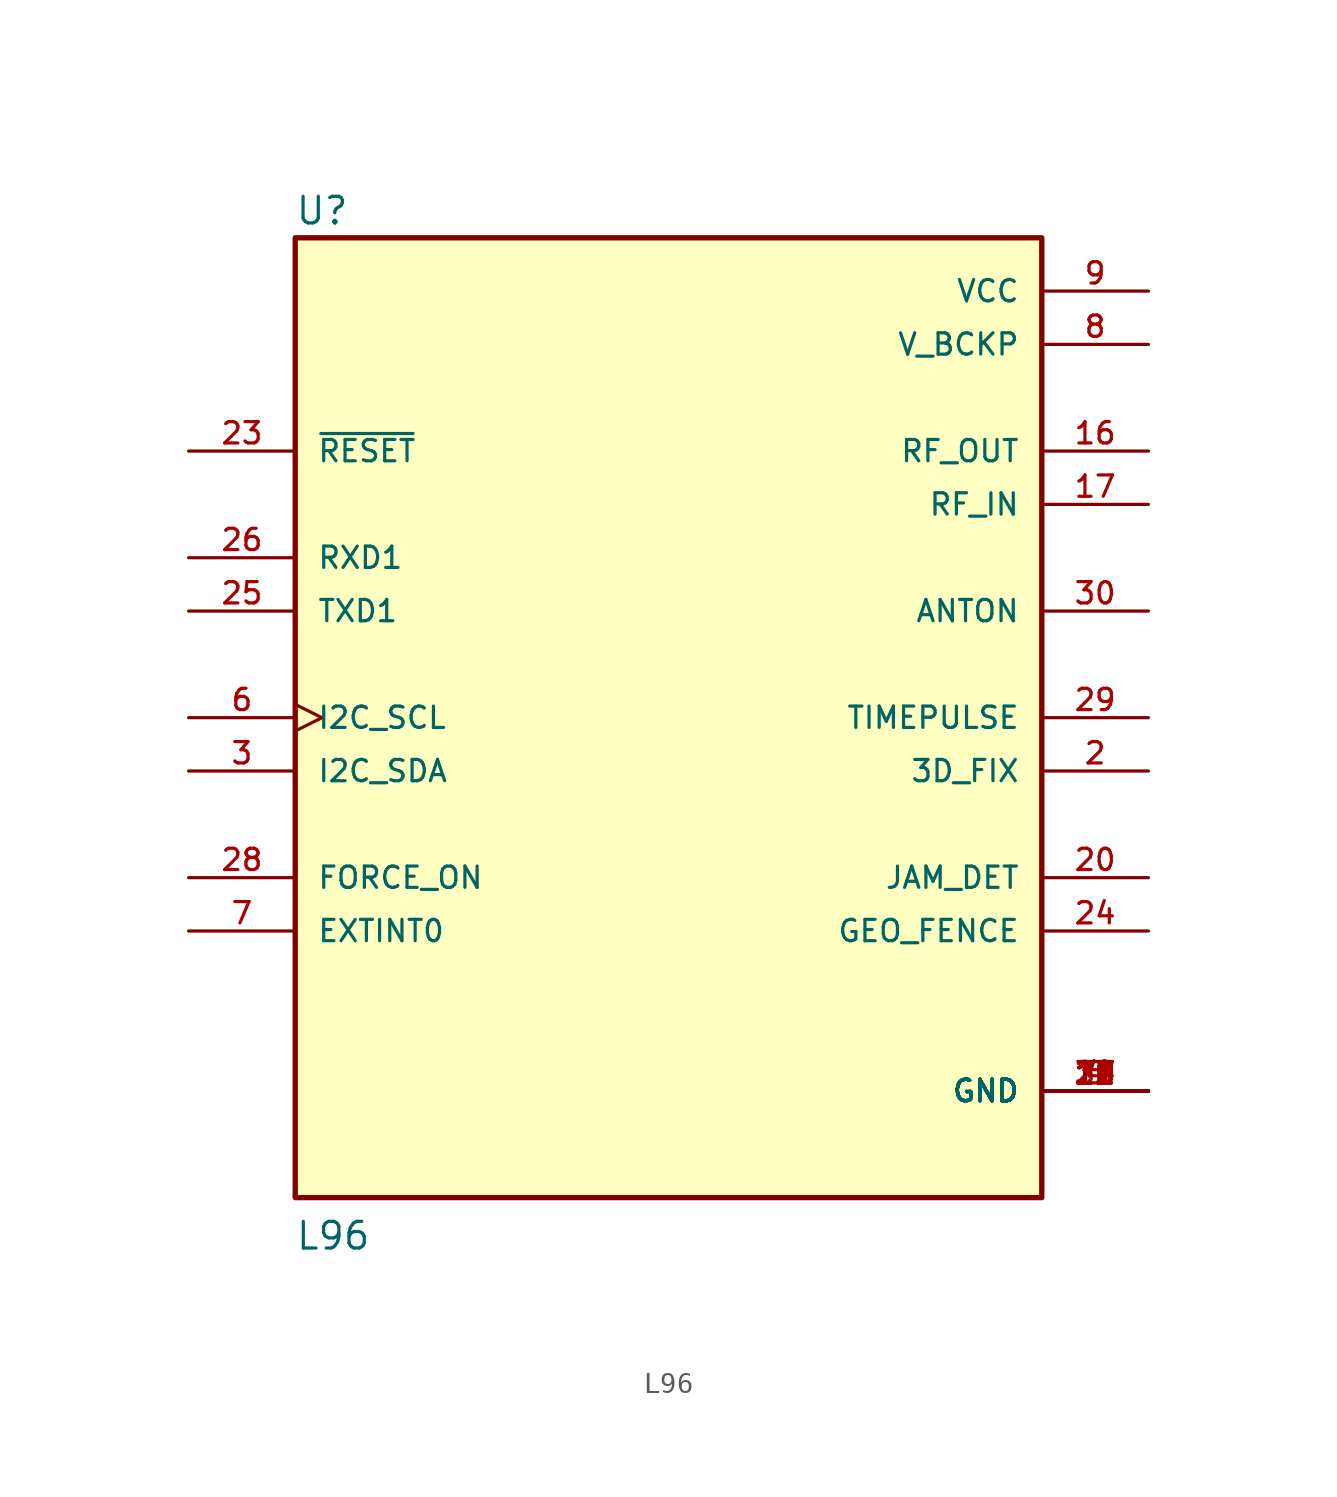
<source format=kicad_sym>
(kicad_symbol_lib
  (version 20211014)
  (generator kicad_symbol_editor)
  (symbol "L96"
    (pin_names
      (offset 1.016))
    (property "Reference" "U"
      (at -17.81 23.404 0)
      (effects (font (size 1.27 1.27)) (justify bottom left)))
    (property "Value" "L96"
      (at -17.797 -25.425 0)
      (effects (font (size 1.27 1.27)) (justify bottom left)))
    (symbol "L96_0_0"
      (rectangle (start -17.78 -22.86) (end 17.78 22.86) (stroke (width 0.254)) (fill (type background)))
      (pin power_in line (at 22.86 17.78 180.0) (length 5.08) (name "V_BCKP" (effects (font (size 1.016 1.016)))) (number "8" (effects (font (size 1.016 1.016)))))
      (pin power_in line (at 22.86 20.32 180.0) (length 5.08) (name "VCC" (effects (font (size 1.016 1.016)))) (number "9" (effects (font (size 1.016 1.016)))))
      (pin input line (at -22.86 12.7 0) (length 5.08) (name "~{RESET}" (effects (font (size 1.016 1.016)))) (number "23" (effects (font (size 1.016 1.016)))))
      (pin output line (at -22.86 5.08 0) (length 5.08) (name "TXD1" (effects (font (size 1.016 1.016)))) (number "25" (effects (font (size 1.016 1.016)))))
      (pin input line (at -22.86 7.62 0) (length 5.08) (name "RXD1" (effects (font (size 1.016 1.016)))) (number "26" (effects (font (size 1.016 1.016)))))
      (pin output line (at 22.86 12.7 180.0) (length 5.08) (name "RF_OUT" (effects (font (size 1.016 1.016)))) (number "16" (effects (font (size 1.016 1.016)))))
      (pin input line (at 22.86 10.16 180.0) (length 5.08) (name "RF_IN" (effects (font (size 1.016 1.016)))) (number "17" (effects (font (size 1.016 1.016)))))
      (pin output line (at 22.86 5.08 180.0) (length 5.08) (name "ANTON" (effects (font (size 1.016 1.016)))) (number "30" (effects (font (size 1.016 1.016)))))
      (pin input line (at -22.86 -10.16 0) (length 5.08) (name "EXTINT0" (effects (font (size 1.016 1.016)))) (number "7" (effects (font (size 1.016 1.016)))))
      (pin output line (at 22.86 0.0 180.0) (length 5.08) (name "TIMEPULSE" (effects (font (size 1.016 1.016)))) (number "29" (effects (font (size 1.016 1.016)))))
      (pin input line (at -22.86 -7.62 0) (length 5.08) (name "FORCE_ON" (effects (font (size 1.016 1.016)))) (number "28" (effects (font (size 1.016 1.016)))))
      (pin bidirectional line (at -22.86 -2.54 0) (length 5.08) (name "I2C_SDA" (effects (font (size 1.016 1.016)))) (number "3" (effects (font (size 1.016 1.016)))))
      (pin bidirectional clock (at -22.86 0.0 0) (length 5.08) (name "I2C_SCL" (effects (font (size 1.016 1.016)))) (number "6" (effects (font (size 1.016 1.016)))))
      (pin output line (at 22.86 -2.54 180.0) (length 5.08) (name "3D_FIX" (effects (font (size 1.016 1.016)))) (number "2" (effects (font (size 1.016 1.016)))))
      (pin output line (at 22.86 -7.62 180.0) (length 5.08) (name "JAM_DET" (effects (font (size 1.016 1.016)))) (number "20" (effects (font (size 1.016 1.016)))))
      (pin output line (at 22.86 -10.16 180.0) (length 5.08) (name "GEO_FENCE" (effects (font (size 1.016 1.016)))) (number "24" (effects (font (size 1.016 1.016)))))
      (pin power_in line (at 22.86 -17.78 180.0) (length 5.08) (name "GND" (effects (font (size 1.016 1.016)))) (number "4" (effects (font (size 1.016 1.016)))))
      (pin power_in line (at 22.86 -17.78 180.0) (length 5.08) (name "GND" (effects (font (size 1.016 1.016)))) (number "5" (effects (font (size 1.016 1.016)))))
      (pin power_in line (at 22.86 -17.78 180.0) (length 5.08) (name "GND" (effects (font (size 1.016 1.016)))) (number "10" (effects (font (size 1.016 1.016)))))
      (pin power_in line (at 22.86 -17.78 180.0) (length 5.08) (name "GND" (effects (font (size 1.016 1.016)))) (number "11" (effects (font (size 1.016 1.016)))))
      (pin power_in line (at 22.86 -17.78 180.0) (length 5.08) (name "GND" (effects (font (size 1.016 1.016)))) (number "12" (effects (font (size 1.016 1.016)))))
      (pin power_in line (at 22.86 -17.78 180.0) (length 5.08) (name "GND" (effects (font (size 1.016 1.016)))) (number "13" (effects (font (size 1.016 1.016)))))
      (pin power_in line (at 22.86 -17.78 180.0) (length 5.08) (name "GND" (effects (font (size 1.016 1.016)))) (number "14" (effects (font (size 1.016 1.016)))))
      (pin power_in line (at 22.86 -17.78 180.0) (length 5.08) (name "GND" (effects (font (size 1.016 1.016)))) (number "15" (effects (font (size 1.016 1.016)))))
      (pin power_in line (at 22.86 -17.78 180.0) (length 5.08) (name "GND" (effects (font (size 1.016 1.016)))) (number "18" (effects (font (size 1.016 1.016)))))
      (pin power_in line (at 22.86 -17.78 180.0) (length 5.08) (name "GND" (effects (font (size 1.016 1.016)))) (number "19" (effects (font (size 1.016 1.016)))))
      (pin power_in line (at 22.86 -17.78 180.0) (length 5.08) (name "GND" (effects (font (size 1.016 1.016)))) (number "21" (effects (font (size 1.016 1.016)))))
      (pin power_in line (at 22.86 -17.78 180.0) (length 5.08) (name "GND" (effects (font (size 1.016 1.016)))) (number "22" (effects (font (size 1.016 1.016)))))
      (pin power_in line (at 22.86 -17.78 180.0) (length 5.08) (name "GND" (effects (font (size 1.016 1.016)))) (number "27" (effects (font (size 1.016 1.016)))))
      (pin power_in line (at 22.86 -17.78 180.0) (length 5.08) (name "GND" (effects (font (size 1.016 1.016)))) (number "31" (effects (font (size 1.016 1.016))))))))
</source>
